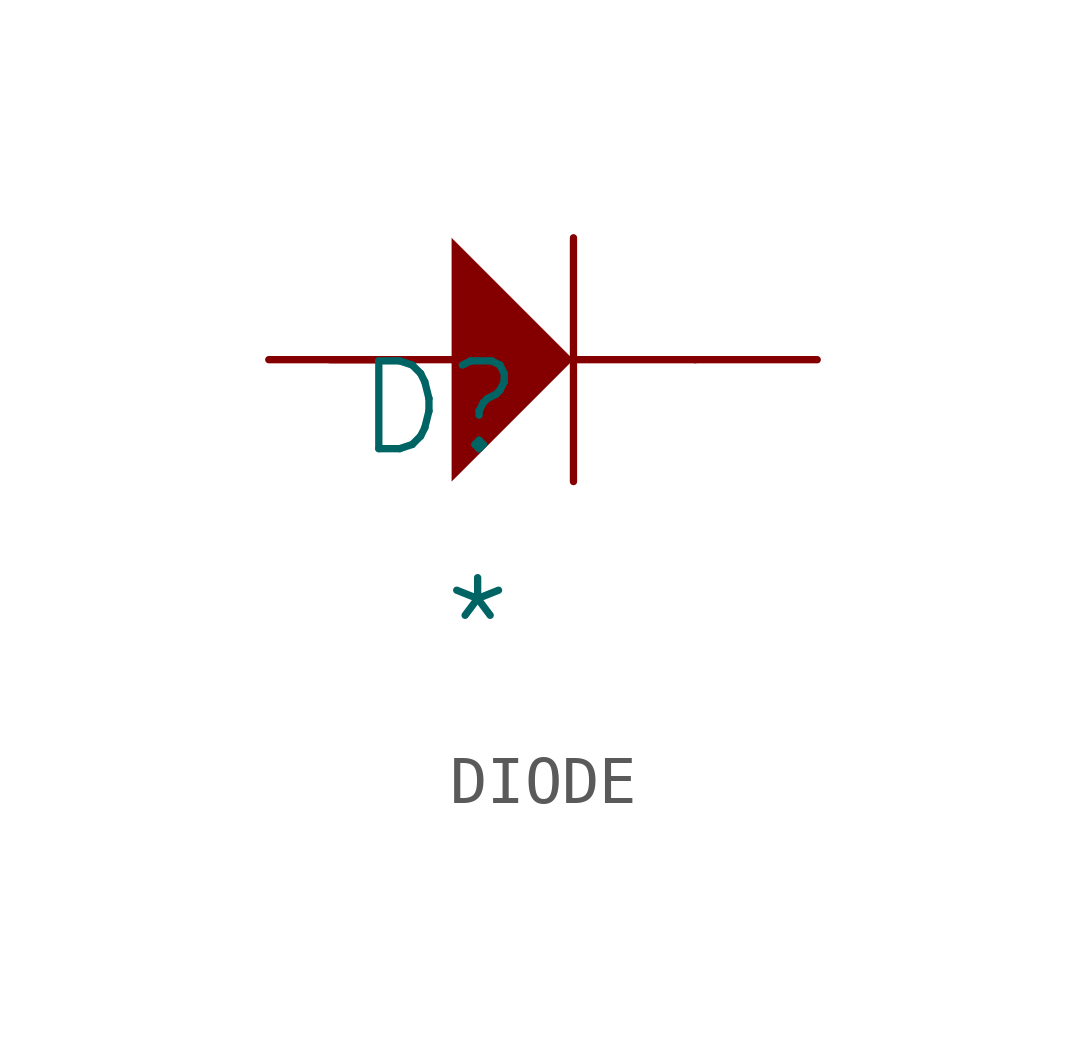
<source format=kicad_sym>
(kicad_symbol_lib
  (version 20241209)
  (generator "kicad_symbol_editor")
  (generator_version "9.0")
  (symbol "DIODE"
    (pin_numbers
      (hide yes))
    (pin_names
      (hide yes))
    (property "Reference" "D"
      (at -0.254 -1.016 0)
      (effects (font (size 1.829 1.829))))
    (property "Value" "*"
      (at -0.254 -6.604 0)
      (effects (font (size 1.829 1.829)) (justify left bottom)))
    (symbol "DIODE_1_0"
      (polyline (pts (xy -2.54 0) (xy 0 0)) (stroke (width 0) (type solid)) (fill (type none)))
      (polyline (pts (xy 0 2.54) (xy 0 -2.54) (xy 2.54 0) (xy 0 2.54) (xy 0 2.54)) (stroke (width -0.0001) (type solid)) (fill (type outline)))
      (polyline (pts (xy 2.54 2.54) (xy 2.54 -2.54)) (stroke (width 0) (type solid)) (fill (type none)))
      (polyline (pts (xy 2.54 0) (xy 5.08 0)) (stroke (width 0) (type solid)) (fill (type none)))
      (pin passive line (at -3.81 0 0) (length 2.54) (name "A" (effects (font (size 1.27 1.27)))) (number "A" (effects (font (size 1.27 1.27)))))
      (pin passive line (at 7.62 0 180) (length 2.54) (name "K" (effects (font (size 1.27 1.27)))) (number "K" (effects (font (size 1.27 1.27))))))))
</source>
